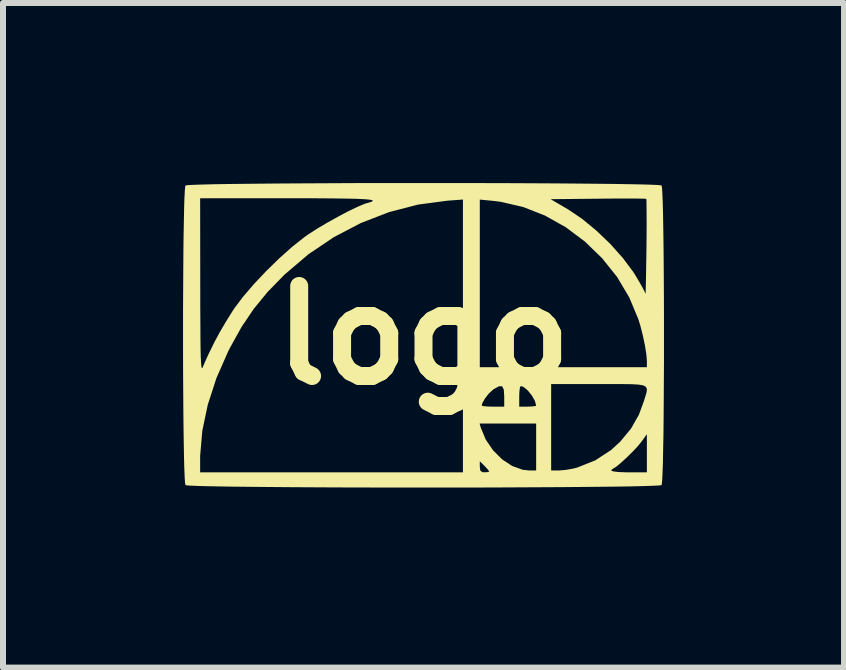
<source format=kicad_pcb>
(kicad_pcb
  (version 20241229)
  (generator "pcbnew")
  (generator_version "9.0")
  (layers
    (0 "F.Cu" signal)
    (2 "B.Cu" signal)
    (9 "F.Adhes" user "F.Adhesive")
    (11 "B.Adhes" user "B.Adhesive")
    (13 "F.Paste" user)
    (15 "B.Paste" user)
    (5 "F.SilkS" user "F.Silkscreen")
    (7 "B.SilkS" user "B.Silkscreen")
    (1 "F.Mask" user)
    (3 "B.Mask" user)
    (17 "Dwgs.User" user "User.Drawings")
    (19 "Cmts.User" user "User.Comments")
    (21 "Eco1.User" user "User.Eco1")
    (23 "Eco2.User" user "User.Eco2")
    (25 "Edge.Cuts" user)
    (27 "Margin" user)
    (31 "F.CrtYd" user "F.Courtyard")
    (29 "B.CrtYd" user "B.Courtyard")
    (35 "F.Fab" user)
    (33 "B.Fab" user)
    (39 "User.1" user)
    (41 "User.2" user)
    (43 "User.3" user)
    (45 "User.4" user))
  (footprint "logo"
    (layer "F.Cu")
    (at 4.007 2.537)
    (property "Reference" "logo" (at 0 0 0) (layer "F.SilkS") (effects (font (size 1.5 1.5) (thickness 0.3))))
    (attr board_only exclude_from_pos_files exclude_from_bom)
    (fp_poly (pts (xy 0.583 -2.537) (xy 1.008 -2.536) (xy 1.422 -2.535) (xy 1.821 -2.533) (xy 2.2 -2.531) (xy 2.554 -2.528) (xy 2.879 -2.525) (xy 3.171 -2.522) (xy 3.424 -2.518) (xy 3.634 -2.514) (xy 3.797 -2.509) (xy 3.908 -2.504) (xy 3.962 -2.498) (xy 3.966 -2.496) (xy 3.974 -2.458) (xy 3.98 -2.364) (xy 3.986 -2.218) (xy 3.991 -2.027) (xy 3.995 -1.797) (xy 3.999 -1.534) (xy 4.002 -1.243) (xy 4.004 -0.93) (xy 4.006 -0.601) (xy 4.007 -0.261) (xy 4.007 0.082) (xy 4.007 0.425) (xy 4.005 0.76) (xy 4.003 1.082) (xy 4.001 1.385) (xy 3.998 1.664) (xy 3.993 1.912) (xy 3.989 2.124) (xy 3.983 2.294) (xy 3.977 2.416) (xy 3.97 2.484) (xy 3.966 2.496) (xy 3.93 2.502) (xy 3.835 2.507) (xy 3.688 2.512) (xy 3.491 2.517) (xy 3.25 2.521) (xy 2.969 2.524) (xy 2.654 2.527) (xy 2.308 2.53) (xy 1.936 2.532) (xy 1.542 2.534) (xy 1.132 2.536) (xy 0.71 2.537) (xy 0.281 2.537) (xy -0.152 2.537) (xy -0.583 2.537) (xy -1.008 2.536) (xy -1.422 2.535) (xy -1.821 2.533) (xy -2.2 2.531) (xy -2.554 2.528) (xy -2.879 2.525) (xy -3.171 2.522) (xy -3.424 2.518) (xy -3.634 2.514) (xy -3.797 2.509) (xy -3.908 2.504) (xy -3.962 2.498) (xy -3.966 2.496) (xy -3.974 2.458) (xy -3.98 2.364) (xy -3.983 2.283) (xy -3.722 2.283) (xy -1.533 2.283) (xy 0.657 2.283) (xy 0.657 2.191) (xy 0.938 2.191) (xy 0.947 2.257) (xy 0.984 2.281) (xy 1.017 2.283) (xy 1.075 2.279) (xy 1.095 2.269) (xy 1.075 2.24) (xy 1.026 2.187) (xy 1.017 2.177) (xy 0.938 2.099) (xy 0.938 2.191) (xy 0.657 2.191) (xy 0.657 1.47) (xy 0.934 1.47) (xy 0.955 1.541) (xy 1.038 1.74) (xy 1.16 1.918) (xy 1.31 2.067) (xy 1.478 2.178) (xy 1.654 2.241) (xy 1.76 2.252) (xy 1.877 2.252) (xy 1.877 1.861) (xy 1.877 1.47) (xy 1.406 1.47) (xy 0.934 1.47) (xy 0.657 1.47) (xy 0.657 1.171) (xy 0.97 1.171) (xy 0.998 1.181) (xy 1.072 1.187) (xy 1.157 1.189) (xy 1.345 1.189) (xy 1.345 1.017) (xy 1.595 1.017) (xy 1.595 1.189) (xy 1.736 1.189) (xy 1.82 1.185) (xy 1.87 1.177) (xy 1.877 1.172) (xy 1.856 1.093) (xy 1.805 1.003) (xy 1.737 0.919) (xy 1.667 0.861) (xy 1.62 0.845) (xy 1.606 0.873) (xy 1.597 0.946) (xy 1.595 1.017) (xy 1.345 1.017) (xy 1.338 0.905) (xy 1.31 0.85) (xy 1.257 0.849) (xy 1.17 0.898) (xy 1.154 0.91) (xy 1.087 0.972) (xy 1.024 1.053) (xy 0.98 1.131) (xy 0.97 1.171) (xy 0.657 1.171) (xy 0.657 0.813) (xy 2.127 0.813) (xy 2.127 1.533) (xy 2.127 2.252) (xy 2.262 2.252) (xy 3.128 2.252) (xy 3.158 2.267) (xy 3.24 2.278) (xy 3.366 2.283) (xy 3.425 2.283) (xy 3.722 2.283) (xy 3.722 1.966) (xy 3.722 1.648) (xy 3.634 1.77) (xy 3.573 1.845) (xy 3.489 1.935) (xy 3.395 2.028) (xy 3.302 2.114) (xy 3.223 2.181) (xy 3.169 2.217) (xy 3.157 2.221) (xy 3.129 2.245) (xy 3.128 2.252) (xy 2.262 2.252) (xy 2.373 2.243) (xy 2.503 2.219) (xy 2.567 2.202) (xy 2.862 2.084) (xy 3.125 1.912) (xy 3.279 1.771) (xy 3.458 1.554) (xy 3.589 1.324) (xy 3.672 1.097) (xy 3.699 1.011) (xy 3.718 0.945) (xy 3.722 0.895) (xy 3.706 0.859) (xy 3.664 0.836) (xy 3.588 0.822) (xy 3.473 0.815) (xy 3.313 0.813) (xy 3.1 0.813) (xy 2.925 0.813) (xy 2.127 0.813) (xy 0.657 0.813) (xy 0.657 0.011) (xy 0.657 -0.865) (xy 0.938 -0.865) (xy 0.938 0.532) (xy 2.33 0.532) (xy 3.722 0.532) (xy 3.722 0.424) (xy 3.713 0.315) (xy 3.689 0.166) (xy 3.654 -0.000441) (xy 3.612 -0.164) (xy 3.58 -0.268) (xy 3.428 -0.632) (xy 3.224 -0.974) (xy 2.975 -1.285) (xy 2.688 -1.563) (xy 2.37 -1.801) (xy 2.026 -1.994) (xy 1.663 -2.137) (xy 1.288 -2.224) (xy 1.15 -2.241) (xy 0.938 -2.261) (xy 0.938 -0.865) (xy 0.657 -0.865) (xy 0.657 -2.262) (xy 0.399 -2.243) (xy -0.09 -2.178) (xy -0.573 -2.053) (xy -1.043 -1.871) (xy -1.493 -1.636) (xy -1.918 -1.35) (xy -2.31 -1.016) (xy -2.322 -1.005) (xy -2.597 -0.723) (xy -2.829 -0.44) (xy -3.032 -0.139) (xy -3.221 0.202) (xy -3.254 0.266) (xy -3.451 0.714) (xy -3.595 1.158) (xy -3.686 1.592) (xy -3.722 2.008) (xy -3.722 2.057) (xy -3.722 2.283) (xy -3.983 2.283) (xy -3.986 2.218) (xy -3.991 2.027) (xy -3.995 1.797) (xy -3.999 1.534) (xy -4.002 1.243) (xy -4.004 0.93) (xy -4.006 0.601) (xy -4.007 0.261) (xy -4.007 -0.082) (xy -4.007 -0.425) (xy -4.005 -0.76) (xy -4.003 -1.082) (xy -4.001 -1.385) (xy -3.998 -1.664) (xy -3.993 -1.912) (xy -3.989 -2.124) (xy -3.984 -2.283) (xy -3.722 -2.283) (xy -3.72 -0.821) (xy -3.72 -0.48) (xy -3.718 -0.196) (xy -3.717 0.034) (xy -3.715 0.215) (xy -3.712 0.352) (xy -3.707 0.449) (xy -3.702 0.511) (xy -3.696 0.543) (xy -3.688 0.548) (xy -3.678 0.533) (xy -3.675 0.524) (xy -3.642 0.446) (xy -3.59 0.33) (xy -3.525 0.197) (xy -3.486 0.118) (xy -3.4 -0.043) (xy -3.294 -0.224) (xy -3.188 -0.394) (xy -3.149 -0.454) (xy -3.007 -0.642) (xy -2.827 -0.852) (xy -2.622 -1.069) (xy -2.405 -1.281) (xy -2.19 -1.473) (xy -1.99 -1.632) (xy -1.918 -1.683) (xy -1.77 -1.778) (xy -1.601 -1.878) (xy -1.425 -1.976) (xy -1.255 -2.066) (xy -1.103 -2.139) (xy -0.983 -2.19) (xy -0.93 -2.206) (xy -0.871 -2.223) (xy -0.844 -2.238) (xy -0.851 -2.25) (xy -0.896 -2.26) (xy -0.983 -2.268) (xy -0.988 -2.268) (xy 2.118 -2.268) (xy 2.412 -2.096) (xy 2.642 -1.941) (xy 2.881 -1.744) (xy 3.114 -1.521) (xy 3.323 -1.286) (xy 3.495 -1.056) (xy 3.529 -1.002) (xy 3.599 -0.884) (xy 3.656 -0.783) (xy 3.691 -0.712) (xy 3.698 -0.689) (xy 3.701 -0.706) (xy 3.703 -0.778) (xy 3.706 -0.897) (xy 3.709 -1.056) (xy 3.712 -1.247) (xy 3.715 -1.451) (xy 3.717 -1.67) (xy 3.718 -1.867) (xy 3.717 -2.034) (xy 3.716 -2.163) (xy 3.715 -2.246) (xy 3.712 -2.273) (xy 3.679 -2.276) (xy 3.592 -2.278) (xy 3.459 -2.279) (xy 3.289 -2.279) (xy 3.091 -2.278) (xy 2.909 -2.276) (xy 2.118 -2.268) (xy -0.988 -2.268) (xy -1.115 -2.274) (xy -1.295 -2.278) (xy -1.527 -2.281) (xy -1.813 -2.283) (xy -2.158 -2.283) (xy -2.266 -2.283) (xy -3.722 -2.283) (xy -3.984 -2.283) (xy -3.983 -2.294) (xy -3.977 -2.416) (xy -3.97 -2.484) (xy -3.966 -2.496) (xy -3.93 -2.502) (xy -3.835 -2.507) (xy -3.688 -2.512) (xy -3.491 -2.517) (xy -3.25 -2.521) (xy -2.969 -2.524) (xy -2.654 -2.527) (xy -2.308 -2.53) (xy -1.936 -2.532) (xy -1.542 -2.534) (xy -1.132 -2.536) (xy -0.71 -2.537) (xy -0.281 -2.537) (xy 0.152 -2.537)) (stroke (width 0) (type solid)) (fill yes) (layer "F.SilkS")))
  (gr_rect
    (start -3 -3)
    (end 11.014 8.074)
    (stroke (width 0.1) (type default))
    (fill no)
    (layer "Edge.Cuts")))
</source>
